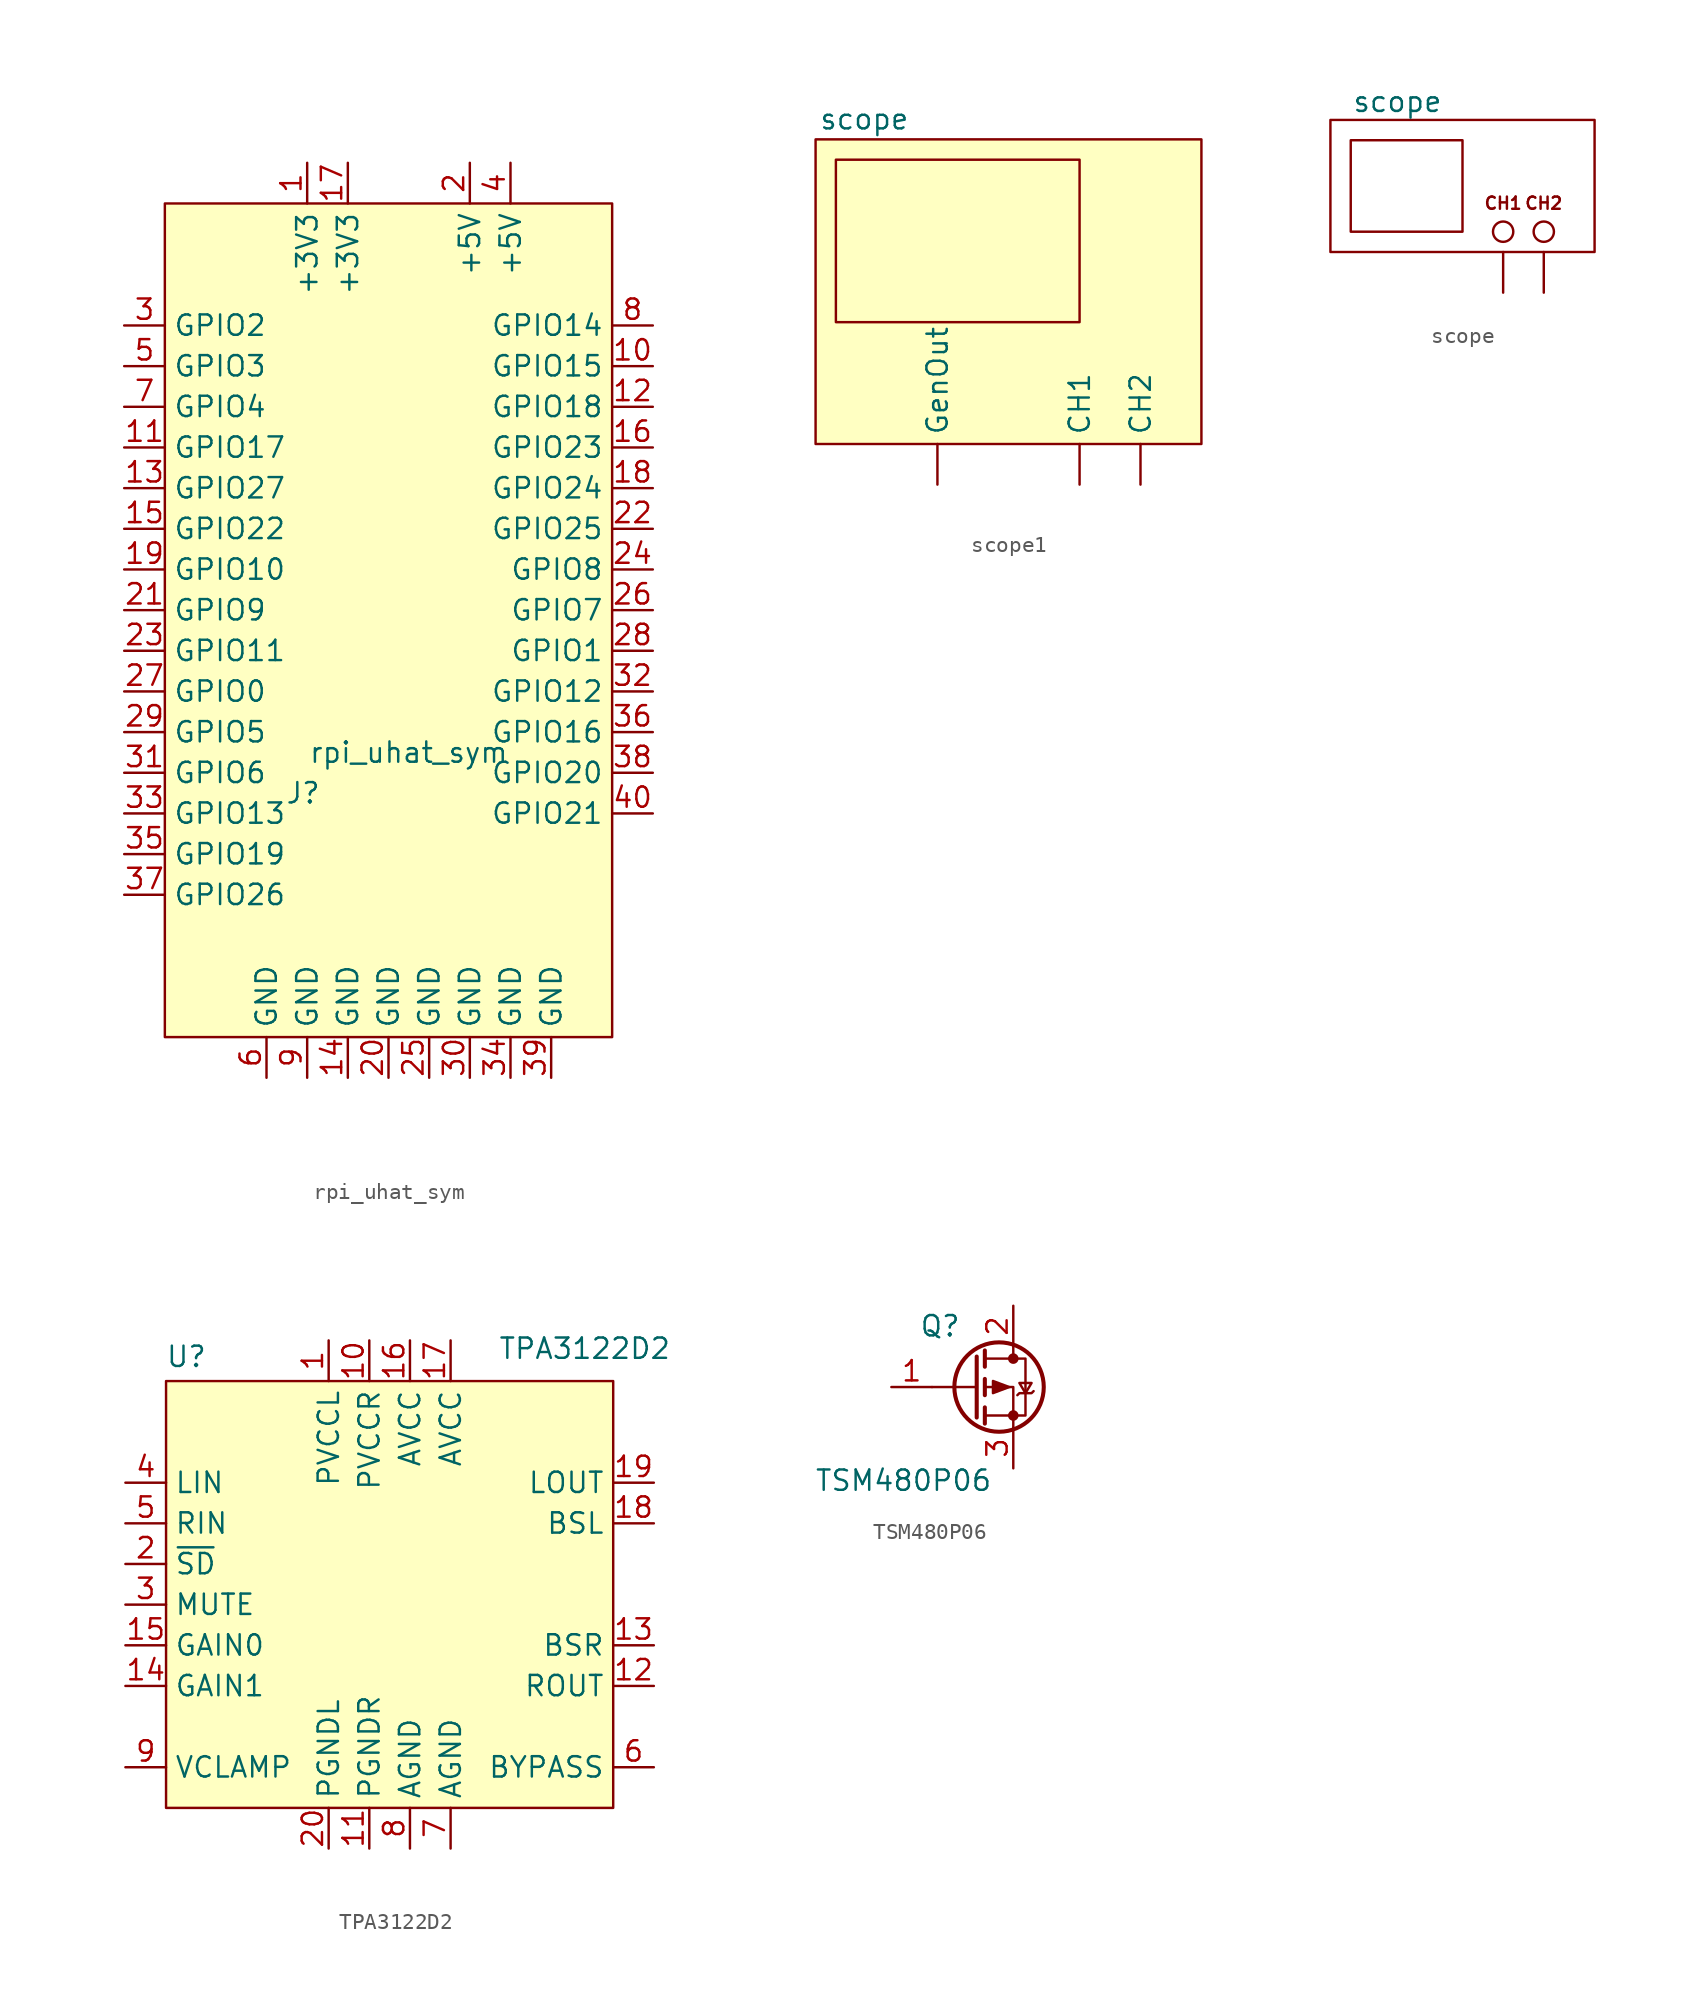
<source format=kicad_sym>
(kicad_symbol_lib
  (version 20241209)
  (generator "kicad_symbol_editor")
  (generator_version "9.0")
  (symbol "rpi_uhat_sym"
    (property "Reference" "J"
      (at -6.604 -2.54 0)
      (effects (font (size 1.27 1.27))))
    (property "Value" "rpi_uhat_sym"
      (at 0 0 0)
      (effects (font (size 1.27 1.27))))
    (symbol "rpi_uhat_sym_1_1"
      (rectangle (start -15.24 34.29) (end 12.7 -17.78) (stroke (width 0) (type solid)) (fill (type background)))
      (pin bidirectional line (at -17.78 26.67 0) (length 2.54) (name "GPIO2" (effects (font (size 1.27 1.27)))) (number "3" (effects (font (size 1.27 1.27)))))
      (pin bidirectional line (at -17.78 24.13 0) (length 2.54) (name "GPIO3" (effects (font (size 1.27 1.27)))) (number "5" (effects (font (size 1.27 1.27)))))
      (pin bidirectional line (at -17.78 21.59 0) (length 2.54) (name "GPIO4" (effects (font (size 1.27 1.27)))) (number "7" (effects (font (size 1.27 1.27)))))
      (pin bidirectional line (at -17.78 19.05 0) (length 2.54) (name "GPIO17" (effects (font (size 1.27 1.27)))) (number "11" (effects (font (size 1.27 1.27)))))
      (pin bidirectional line (at -17.78 16.51 0) (length 2.54) (name "GPIO27" (effects (font (size 1.27 1.27)))) (number "13" (effects (font (size 1.27 1.27)))))
      (pin bidirectional line (at -17.78 13.97 0) (length 2.54) (name "GPIO22" (effects (font (size 1.27 1.27)))) (number "15" (effects (font (size 1.27 1.27)))))
      (pin bidirectional line (at -17.78 11.43 0) (length 2.54) (name "GPIO10" (effects (font (size 1.27 1.27)))) (number "19" (effects (font (size 1.27 1.27)))))
      (pin bidirectional line (at -17.78 8.89 0) (length 2.54) (name "GPIO9" (effects (font (size 1.27 1.27)))) (number "21" (effects (font (size 1.27 1.27)))))
      (pin bidirectional line (at -17.78 6.35 0) (length 2.54) (name "GPIO11" (effects (font (size 1.27 1.27)))) (number "23" (effects (font (size 1.27 1.27)))))
      (pin bidirectional line (at -17.78 3.81 0) (length 2.54) (name "GPIO0" (effects (font (size 1.27 1.27)))) (number "27" (effects (font (size 1.27 1.27)))))
      (pin bidirectional line (at -17.78 1.27 0) (length 2.54) (name "GPIO5" (effects (font (size 1.27 1.27)))) (number "29" (effects (font (size 1.27 1.27)))))
      (pin bidirectional line (at -17.78 -1.27 0) (length 2.54) (name "GPIO6" (effects (font (size 1.27 1.27)))) (number "31" (effects (font (size 1.27 1.27)))))
      (pin bidirectional line (at -17.78 -3.81 0) (length 2.54) (name "GPIO13" (effects (font (size 1.27 1.27)))) (number "33" (effects (font (size 1.27 1.27)))))
      (pin bidirectional line (at -17.78 -6.35 0) (length 2.54) (name "GPIO19" (effects (font (size 1.27 1.27)))) (number "35" (effects (font (size 1.27 1.27)))))
      (pin bidirectional line (at -17.78 -8.89 0) (length 2.54) (name "GPIO26" (effects (font (size 1.27 1.27)))) (number "37" (effects (font (size 1.27 1.27)))))
      (pin power_in line (at -8.89 -20.32 90) (length 2.54) (name "GND" (effects (font (size 1.27 1.27)))) (number "6" (effects (font (size 1.27 1.27)))))
      (pin power_in line (at -6.35 36.83 270) (length 2.54) (name "+3V3" (effects (font (size 1.27 1.27)))) (number "1" (effects (font (size 1.27 1.27)))))
      (pin power_in line (at -6.35 -20.32 90) (length 2.54) (name "GND" (effects (font (size 1.27 1.27)))) (number "9" (effects (font (size 1.27 1.27)))))
      (pin power_in line (at -3.81 36.83 270) (length 2.54) (name "+3V3" (effects (font (size 1.27 1.27)))) (number "17" (effects (font (size 1.27 1.27)))))
      (pin power_in line (at -3.81 -20.32 90) (length 2.54) (name "GND" (effects (font (size 1.27 1.27)))) (number "14" (effects (font (size 1.27 1.27)))))
      (pin power_in line (at -1.27 -20.32 90) (length 2.54) (name "GND" (effects (font (size 1.27 1.27)))) (number "20" (effects (font (size 1.27 1.27)))))
      (pin power_in line (at 1.27 -20.32 90) (length 2.54) (name "GND" (effects (font (size 1.27 1.27)))) (number "25" (effects (font (size 1.27 1.27)))))
      (pin power_in line (at 3.81 36.83 270) (length 2.54) (name "+5V" (effects (font (size 1.27 1.27)))) (number "2" (effects (font (size 1.27 1.27)))))
      (pin power_in line (at 3.81 -20.32 90) (length 2.54) (name "GND" (effects (font (size 1.27 1.27)))) (number "30" (effects (font (size 1.27 1.27)))))
      (pin power_in line (at 6.35 36.83 270) (length 2.54) (name "+5V" (effects (font (size 1.27 1.27)))) (number "4" (effects (font (size 1.27 1.27)))))
      (pin power_in line (at 6.35 -20.32 90) (length 2.54) (name "GND" (effects (font (size 1.27 1.27)))) (number "34" (effects (font (size 1.27 1.27)))))
      (pin power_in line (at 8.89 -20.32 90) (length 2.54) (name "GND" (effects (font (size 1.27 1.27)))) (number "39" (effects (font (size 1.27 1.27)))))
      (pin bidirectional line (at 15.24 26.67 180) (length 2.54) (name "GPIO14" (effects (font (size 1.27 1.27)))) (number "8" (effects (font (size 1.27 1.27)))))
      (pin bidirectional line (at 15.24 24.13 180) (length 2.54) (name "GPIO15" (effects (font (size 1.27 1.27)))) (number "10" (effects (font (size 1.27 1.27)))))
      (pin bidirectional line (at 15.24 21.59 180) (length 2.54) (name "GPIO18" (effects (font (size 1.27 1.27)))) (number "12" (effects (font (size 1.27 1.27)))))
      (pin bidirectional line (at 15.24 19.05 180) (length 2.54) (name "GPIO23" (effects (font (size 1.27 1.27)))) (number "16" (effects (font (size 1.27 1.27)))))
      (pin bidirectional line (at 15.24 16.51 180) (length 2.54) (name "GPIO24" (effects (font (size 1.27 1.27)))) (number "18" (effects (font (size 1.27 1.27)))))
      (pin bidirectional line (at 15.24 13.97 180) (length 2.54) (name "GPIO25" (effects (font (size 1.27 1.27)))) (number "22" (effects (font (size 1.27 1.27)))))
      (pin bidirectional line (at 15.24 11.43 180) (length 2.54) (name "GPIO8" (effects (font (size 1.27 1.27)))) (number "24" (effects (font (size 1.27 1.27)))))
      (pin bidirectional line (at 15.24 8.89 180) (length 2.54) (name "GPIO7" (effects (font (size 1.27 1.27)))) (number "26" (effects (font (size 1.27 1.27)))))
      (pin bidirectional line (at 15.24 6.35 180) (length 2.54) (name "GPIO1" (effects (font (size 1.27 1.27)))) (number "28" (effects (font (size 1.27 1.27)))))
      (pin bidirectional line (at 15.24 3.81 180) (length 2.54) (name "GPIO12" (effects (font (size 1.27 1.27)))) (number "32" (effects (font (size 1.27 1.27)))))
      (pin bidirectional line (at 15.24 1.27 180) (length 2.54) (name "GPIO16" (effects (font (size 1.27 1.27)))) (number "36" (effects (font (size 1.27 1.27)))))
      (pin bidirectional line (at 15.24 -1.27 180) (length 2.54) (name "GPIO20" (effects (font (size 1.27 1.27)))) (number "38" (effects (font (size 1.27 1.27)))))
      (pin bidirectional line (at 15.24 -3.81 180) (length 2.54) (name "GPIO21" (effects (font (size 1.27 1.27)))) (number "40" (effects (font (size 1.27 1.27)))))))
  (symbol "scope1"
    (property "Reference" "U"
      (at -4.318 13.462 0)
      (effects (font (size 1.27 1.27)) (hide yes)))
    (property "Value" "scope"
      (at 0.508 15.24 0)
      (effects (font (size 1.27 1.27))))
    (symbol "scope1_0_1"
      (rectangle (start -1.27 12.7) (end 13.97 2.54) (stroke (width 0) (type default)) (fill (type none))))
    (symbol "scope1_1_1"
      (rectangle (start -2.54 13.97) (end 21.59 -5.08) (stroke (width 0) (type solid)) (fill (type background)))
      (pin input line (at 5.08 -7.62 90) (length 2.54) (name "GenOut" (effects (font (size 1.27 1.27)))) (number "" (effects (font (size 1.27 1.27)))))
      (pin input line (at 13.97 -7.62 90) (length 2.54) (name "CH1" (effects (font (size 1.27 1.27)))) (number "" (effects (font (size 1.27 1.27)))))
      (pin input line (at 17.78 -7.62 90) (length 2.54) (name "CH2" (effects (font (size 1.27 1.27)))) (number "" (effects (font (size 1.27 1.27)))))))
  (symbol "scope"
    (pin_numbers
      (hide yes))
    (pin_names
      (hide yes))
    (property "Reference" "U"
      (at -4.064 4.318 0)
      (effects (font (size 1.27 1.27)) (hide yes)))
    (property "Value" "scope"
      (at -0.254 4.318 0)
      (effects (font (size 1.27 1.27))))
    (symbol "scope_0_1"
      (rectangle (start -4.445 3.175) (end 12.065 -5.08) (stroke (width 0) (type default)) (fill (type none)))
      (rectangle (start -3.175 1.905) (end 3.81 -3.81) (stroke (width 0) (type default)) (fill (type none))))
    (symbol "scope_1_1"
      (circle (center 6.35 -3.81) (radius 0.635) (stroke (width 0) (type default)) (fill (type none)))
      (circle (center 8.89 -3.81) (radius 0.635) (stroke (width 0) (type default)) (fill (type none)))
      (text "CH1" (at 6.35 -2.032 0) (effects (font (size 0.762 0.762))))
      (text "CH2" (at 8.89 -2.032 0) (effects (font (size 0.762 0.762))))
      (pin input line (at 6.35 -7.62 90) (length 2.54) (name "CH1" (effects (font (size 1.27 1.27)))) (number "1" (effects (font (size 1.27 1.27)))))
      (pin input line (at 8.89 -7.62 90) (length 2.54) (name "CH1" (effects (font (size 1.27 1.27)))) (number "2" (effects (font (size 1.27 1.27)))))))
  (symbol "TPA3122D2"
    (property "Reference" "U"
      (at -12.7 14.224 0)
      (effects (font (size 1.27 1.27))))
    (property "Value" "TPA3122D2"
      (at 12.192 14.732 0)
      (effects (font (size 1.27 1.27))))
    (symbol "TPA3122D2_1_1"
      (rectangle (start -13.97 12.7) (end 13.97 -13.97) (stroke (width 0) (type default)) (fill (type background)))
      (pin input line (at -16.51 6.35 0) (length 2.54) (name "LIN" (effects (font (size 1.27 1.27)))) (number "4" (effects (font (size 1.27 1.27)))))
      (pin input line (at -16.51 3.81 0) (length 2.54) (name "RIN" (effects (font (size 1.27 1.27)))) (number "5" (effects (font (size 1.27 1.27)))))
      (pin input line (at -16.51 1.27 0) (length 2.54) (name "~{SD}" (effects (font (size 1.27 1.27)))) (number "2" (effects (font (size 1.27 1.27)))))
      (pin input line (at -16.51 -1.27 0) (length 2.54) (name "MUTE" (effects (font (size 1.27 1.27)))) (number "3" (effects (font (size 1.27 1.27)))))
      (pin input line (at -16.51 -3.81 0) (length 2.54) (name "GAIN0" (effects (font (size 1.27 1.27)))) (number "15" (effects (font (size 1.27 1.27)))))
      (pin input line (at -16.51 -6.35 0) (length 2.54) (name "GAIN1" (effects (font (size 1.27 1.27)))) (number "14" (effects (font (size 1.27 1.27)))))
      (pin passive line (at -16.51 -11.43 0) (length 2.54) (name "VCLAMP" (effects (font (size 1.27 1.27)))) (number "9" (effects (font (size 1.27 1.27)))))
      (pin power_in line (at -3.81 15.24 270) (length 2.54) (name "PVCCL" (effects (font (size 1.27 1.27)))) (number "1" (effects (font (size 1.27 1.27)))))
      (pin power_in line (at -3.81 -16.51 90) (length 2.54) (name "PGNDL" (effects (font (size 1.27 1.27)))) (number "20" (effects (font (size 1.27 1.27)))))
      (pin power_in line (at -1.27 15.24 270) (length 2.54) (name "PVCCR" (effects (font (size 1.27 1.27)))) (number "10" (effects (font (size 1.27 1.27)))))
      (pin power_in line (at -1.27 -16.51 90) (length 2.54) (name "PGNDR" (effects (font (size 1.27 1.27)))) (number "11" (effects (font (size 1.27 1.27)))))
      (pin power_in line (at 1.27 15.24 270) (length 2.54) (name "AVCC" (effects (font (size 1.27 1.27)))) (number "16" (effects (font (size 1.27 1.27)))))
      (pin power_in line (at 1.27 -16.51 90) (length 2.54) (name "AGND" (effects (font (size 1.27 1.27)))) (number "8" (effects (font (size 1.27 1.27)))))
      (pin power_in line (at 3.81 15.24 270) (length 2.54) (name "AVCC" (effects (font (size 1.27 1.27)))) (number "17" (effects (font (size 1.27 1.27)))))
      (pin power_in line (at 3.81 -16.51 90) (length 2.54) (name "AGND" (effects (font (size 1.27 1.27)))) (number "7" (effects (font (size 1.27 1.27)))))
      (pin output line (at 16.51 6.35 180) (length 2.54) (name "LOUT" (effects (font (size 1.27 1.27)))) (number "19" (effects (font (size 1.27 1.27)))))
      (pin bidirectional line (at 16.51 3.81 180) (length 2.54) (name "BSL" (effects (font (size 1.27 1.27)))) (number "18" (effects (font (size 1.27 1.27)))))
      (pin bidirectional line (at 16.51 -3.81 180) (length 2.54) (name "BSR" (effects (font (size 1.27 1.27)))) (number "13" (effects (font (size 1.27 1.27)))))
      (pin output line (at 16.51 -6.35 180) (length 2.54) (name "ROUT" (effects (font (size 1.27 1.27)))) (number "12" (effects (font (size 1.27 1.27)))))
      (pin output line (at 16.51 -11.43 180) (length 2.54) (name "BYPASS" (effects (font (size 1.27 1.27)))) (number "6" (effects (font (size 1.27 1.27)))))))
  (symbol "TSM480P06"
    (pin_names
      (hide yes))
    (property "Reference" "Q"
      (at -4.572 3.81 0)
      (effects (font (size 1.27 1.27))))
    (property "Value" "TSM480P06"
      (at -6.858 -5.842 0)
      (effects (font (size 1.27 1.27))))
    (symbol "TSM480P06_0_1"
      (polyline (pts (xy -2.286 1.905) (xy -2.286 -1.905)) (stroke (width 0.254) (type default)) (fill (type none)))
      (polyline (pts (xy -2.286 0) (xy -5.08 0)) (stroke (width 0) (type default)) (fill (type none)))
      (polyline (pts (xy -1.778 2.286) (xy -1.778 1.27)) (stroke (width 0.254) (type default)) (fill (type none)))
      (polyline (pts (xy -1.778 1.778) (xy 0.762 1.778) (xy 0.762 -1.778) (xy -1.778 -1.778)) (stroke (width 0) (type default)) (fill (type none)))
      (polyline (pts (xy -1.778 0.508) (xy -1.778 -0.508)) (stroke (width 0.254) (type default)) (fill (type none)))
      (polyline (pts (xy -1.778 -1.27) (xy -1.778 -2.286)) (stroke (width 0.254) (type default)) (fill (type none)))
      (circle (center -0.889 0) (radius 2.794) (stroke (width 0.254) (type default)) (fill (type none)))
      (polyline (pts (xy -0.254 0) (xy -1.27 0.381) (xy -1.27 -0.381) (xy -0.254 0)) (stroke (width 0) (type default)) (fill (type outline)))
      (polyline (pts (xy 0 2.54) (xy 0 1.778)) (stroke (width 0) (type default)) (fill (type none)))
      (circle (center 0 1.778) (radius 0.254) (stroke (width 0) (type default)) (fill (type outline)))
      (circle (center 0 -1.778) (radius 0.254) (stroke (width 0) (type default)) (fill (type outline)))
      (polyline (pts (xy 0 -2.54) (xy 0 0) (xy -1.778 0)) (stroke (width 0) (type default)) (fill (type none)))
      (polyline (pts (xy 0.254 -0.508) (xy 0.381 -0.381) (xy 1.143 -0.381) (xy 1.27 -0.254)) (stroke (width 0) (type default)) (fill (type none)))
      (polyline (pts (xy 0.762 -0.381) (xy 0.381 0.254) (xy 1.143 0.254) (xy 0.762 -0.381)) (stroke (width 0) (type default)) (fill (type none))))
    (symbol "TSM480P06_1_1"
      (pin input line (at -7.62 0 0) (length 2.54) (name "G" (effects (font (size 1.27 1.27)))) (number "1" (effects (font (size 1.27 1.27)))))
      (pin passive line (at 0 5.08 270) (length 2.54) (name "D" (effects (font (size 1.27 1.27)))) (number "2" (effects (font (size 1.27 1.27)))))
      (pin passive line (at 0 -5.08 90) (length 2.54) (name "S" (effects (font (size 1.27 1.27)))) (number "3" (effects (font (size 1.27 1.27))))))))
</source>
